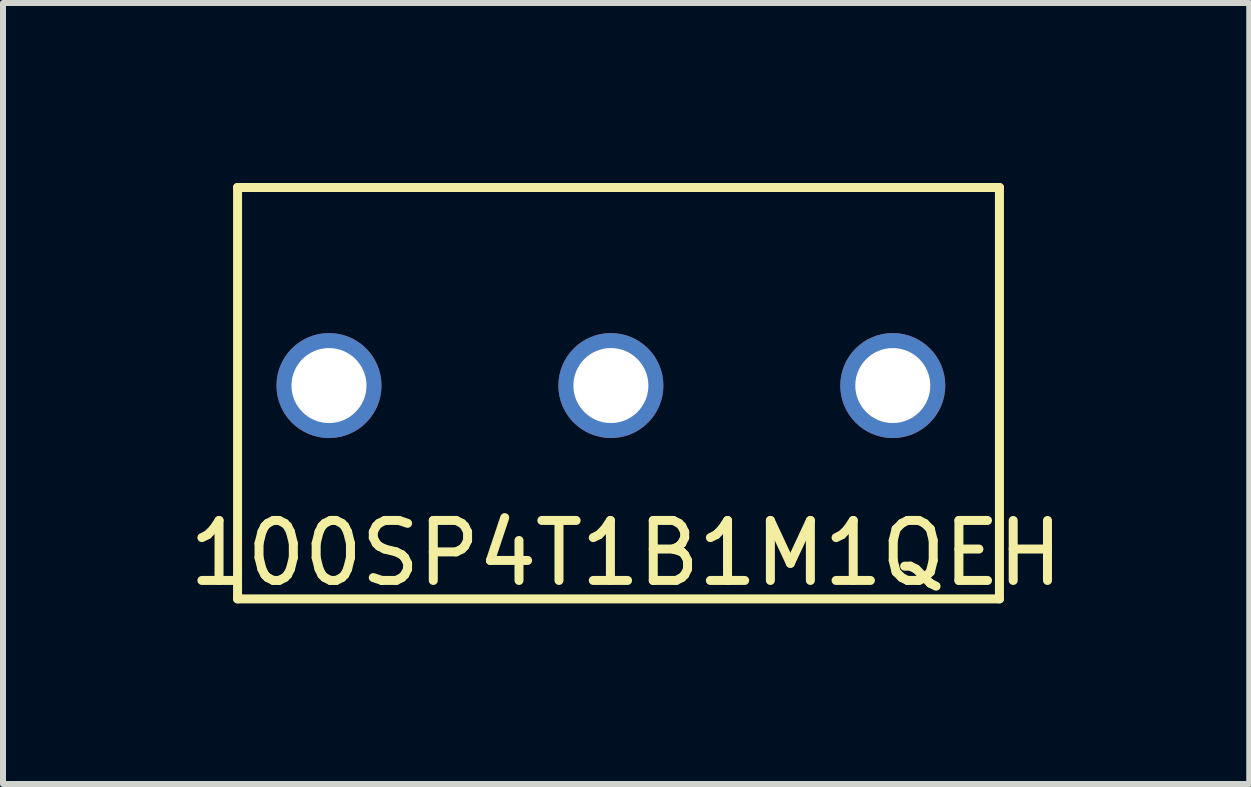
<source format=kicad_pcb>
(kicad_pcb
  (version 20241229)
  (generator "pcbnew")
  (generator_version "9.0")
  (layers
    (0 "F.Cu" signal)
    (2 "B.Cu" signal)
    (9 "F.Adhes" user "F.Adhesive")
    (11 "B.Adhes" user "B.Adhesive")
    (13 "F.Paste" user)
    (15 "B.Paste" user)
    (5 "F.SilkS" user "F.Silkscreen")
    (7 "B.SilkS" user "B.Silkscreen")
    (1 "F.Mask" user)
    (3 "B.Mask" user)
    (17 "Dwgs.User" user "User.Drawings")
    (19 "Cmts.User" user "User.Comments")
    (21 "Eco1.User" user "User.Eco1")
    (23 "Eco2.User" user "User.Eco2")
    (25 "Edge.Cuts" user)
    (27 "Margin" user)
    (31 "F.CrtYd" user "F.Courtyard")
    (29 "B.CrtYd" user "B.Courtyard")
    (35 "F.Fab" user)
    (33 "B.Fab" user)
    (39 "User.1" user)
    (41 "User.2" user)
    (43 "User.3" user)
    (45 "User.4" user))
  (footprint "100SP4T1B1M1QEH"
    (layer "F.Cu")
    (at 9.8 5.155)
    (property "Reference" "100SP4T1B1M1QEH" (at -2.413 1.016 0) (layer "F.SilkS") (effects (font (size 1 1) (thickness 0.15))))
    (attr through_hole)
    (fp_line (start -8.89 -5.08) (end -8.89 1.778) (stroke (width 0.15) (type solid)) (layer "F.SilkS"))
    (fp_line (start -8.89 -5.08) (end 3.81 -5.08) (stroke (width 0.15) (type solid)) (layer "F.SilkS"))
    (fp_line (start -8.89 1.778) (end 3.81 1.778) (stroke (width 0.15) (type solid)) (layer "F.SilkS"))
    (fp_line (start 3.81 -5.08) (end 3.81 1.778) (stroke (width 0.15) (type solid)) (layer "F.SilkS"))
    (pad "1" thru_hole circle (at -7.366 -1.778) (size 1.75 1.75) (drill 1.25) (layers "*.Cu" "*.Mask"))
    (pad "2" thru_hole circle (at -2.667 -1.778) (size 1.75 1.75) (drill 1.25) (layers "*.Cu" "*.Mask"))
    (pad "3" thru_hole circle (at 2.032 -1.778) (size 1.75 1.75) (drill 1.25) (layers "*.Cu" "*.Mask")))
  (gr_rect
    (start -3 -3)
    (end 17.774 10.019)
    (stroke (width 0.1) (type default))
    (fill no)
    (layer "Edge.Cuts")))
</source>
